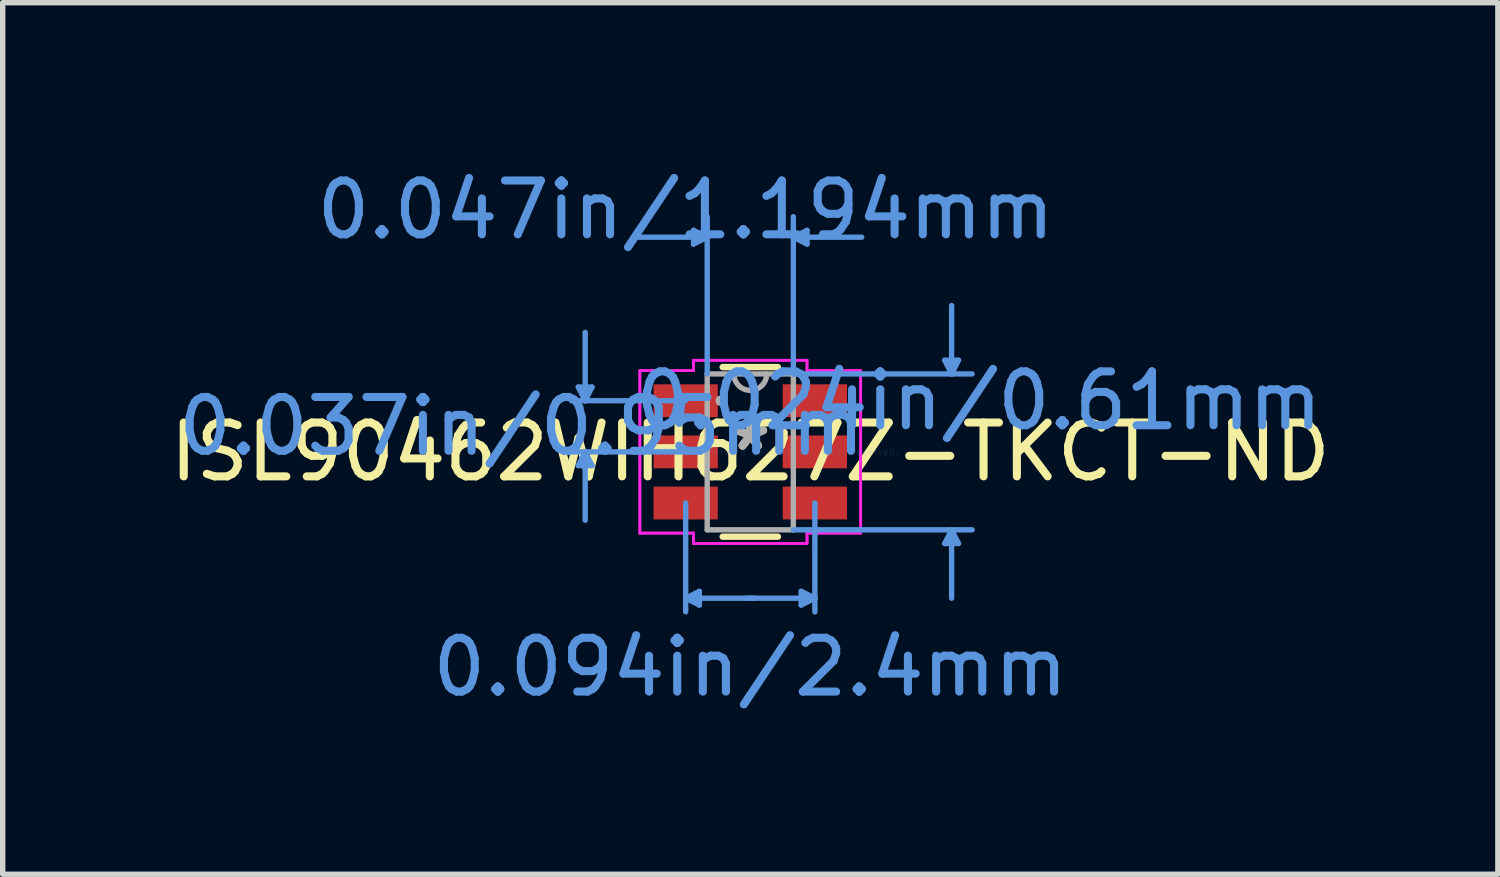
<source format=kicad_pcb>
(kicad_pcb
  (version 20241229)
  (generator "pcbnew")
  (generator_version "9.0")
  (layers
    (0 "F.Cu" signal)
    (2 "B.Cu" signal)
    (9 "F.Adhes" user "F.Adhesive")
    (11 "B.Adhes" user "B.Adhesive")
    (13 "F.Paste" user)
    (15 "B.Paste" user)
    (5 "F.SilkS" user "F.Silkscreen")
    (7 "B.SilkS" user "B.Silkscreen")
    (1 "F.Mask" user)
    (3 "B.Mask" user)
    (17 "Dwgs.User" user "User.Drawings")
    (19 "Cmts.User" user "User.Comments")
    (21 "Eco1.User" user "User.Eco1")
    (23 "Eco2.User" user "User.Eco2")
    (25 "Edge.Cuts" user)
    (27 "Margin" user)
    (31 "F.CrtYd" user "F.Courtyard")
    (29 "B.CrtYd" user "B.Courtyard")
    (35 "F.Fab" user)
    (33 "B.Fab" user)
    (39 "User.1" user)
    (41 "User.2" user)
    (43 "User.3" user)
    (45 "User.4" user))
  (footprint "ISL90462WIH627Z-TKCT-ND"
    (layer "F.Cu")
    (at 10.887 5.344)
    (property "Reference" "ISL90462WIH627Z-TKCT-ND" (at 0 0 0) (layer "F.SilkS") (effects (font (size 1 1) (thickness 0.15))))
    (attr through_hole)
    (fp_line (start -0.512 1.575) (end 0.512 1.575) (stroke (width 0.12) (type solid)) (layer "F.SilkS"))
    (fp_line (start 0.512 -1.575) (end -0.512 -1.575) (stroke (width 0.12) (type solid)) (layer "F.SilkS"))
    (fp_line (start -3.194 -1.204) (end -3.067 -0.95) (stroke (width 0.1) (type solid)) (layer "Cmts.User"))
    (fp_line (start -3.194 0.254) (end -3.067 0) (stroke (width 0.1) (type solid)) (layer "Cmts.User"))
    (fp_line (start -3.067 -0.95) (end -3.067 -2.22) (stroke (width 0.1) (type solid)) (layer "Cmts.User"))
    (fp_line (start -3.067 -0.95) (end -2.94 -1.204) (stroke (width 0.1) (type solid)) (layer "Cmts.User"))
    (fp_line (start -3.067 0) (end -3.067 1.27) (stroke (width 0.1) (type solid)) (layer "Cmts.User"))
    (fp_line (start -3.067 0) (end -2.94 0.254) (stroke (width 0.1) (type solid)) (layer "Cmts.User"))
    (fp_line (start -2.94 -1.204) (end -3.194 -1.204) (stroke (width 0.1) (type solid)) (layer "Cmts.User"))
    (fp_line (start -2.94 0.254) (end -3.194 0.254) (stroke (width 0.1) (type solid)) (layer "Cmts.User"))
    (fp_line (start -1.2 -0.95) (end -3.321 -0.95) (stroke (width 0.1) (type solid)) (layer "Cmts.User"))
    (fp_line (start -1.2 0) (end -3.321 0) (stroke (width 0.1) (type solid)) (layer "Cmts.User"))
    (fp_line (start -1.2 0.95) (end -1.2 2.972) (stroke (width 0.1) (type solid)) (layer "Cmts.User"))
    (fp_line (start -1.2 2.718) (end -0.946 2.845) (stroke (width 0.1) (type solid)) (layer "Cmts.User"))
    (fp_line (start -1.2 2.718) (end 0.07 2.718) (stroke (width 0.1) (type solid)) (layer "Cmts.User"))
    (fp_line (start -1.054 -4.115) (end -1.054 -3.861) (stroke (width 0.1) (type solid)) (layer "Cmts.User"))
    (fp_line (start -0.946 2.591) (end -1.2 2.718) (stroke (width 0.1) (type solid)) (layer "Cmts.User"))
    (fp_line (start -0.946 2.845) (end -0.946 2.591) (stroke (width 0.1) (type solid)) (layer "Cmts.User"))
    (fp_line (start -0.8 -3.988) (end -2.07 -3.988) (stroke (width 0.1) (type solid)) (layer "Cmts.User"))
    (fp_line (start -0.8 -3.988) (end -1.054 -4.115) (stroke (width 0.1) (type solid)) (layer "Cmts.User"))
    (fp_line (start -0.8 -3.988) (end -1.054 -3.861) (stroke (width 0.1) (type solid)) (layer "Cmts.User"))
    (fp_line (start -0.8 -1.448) (end -0.8 -4.369) (stroke (width 0.1) (type solid)) (layer "Cmts.User"))
    (fp_line (start 0.8 -3.988) (end 1.054 -4.115) (stroke (width 0.1) (type solid)) (layer "Cmts.User"))
    (fp_line (start 0.8 -3.988) (end 1.054 -3.861) (stroke (width 0.1) (type solid)) (layer "Cmts.User"))
    (fp_line (start 0.8 -3.988) (end 2.07 -3.988) (stroke (width 0.1) (type solid)) (layer "Cmts.User"))
    (fp_line (start 0.8 -1.448) (end 0.8 -4.369) (stroke (width 0.1) (type solid)) (layer "Cmts.User"))
    (fp_line (start 0.8 -1.448) (end 4.121 -1.448) (stroke (width 0.1) (type solid)) (layer "Cmts.User"))
    (fp_line (start 0.8 1.448) (end 4.121 1.448) (stroke (width 0.1) (type solid)) (layer "Cmts.User"))
    (fp_line (start 0.946 2.591) (end 1.2 2.718) (stroke (width 0.1) (type solid)) (layer "Cmts.User"))
    (fp_line (start 0.946 2.845) (end 0.946 2.591) (stroke (width 0.1) (type solid)) (layer "Cmts.User"))
    (fp_line (start 1.054 -4.115) (end 1.054 -3.861) (stroke (width 0.1) (type solid)) (layer "Cmts.User"))
    (fp_line (start 1.2 0.95) (end 1.2 2.972) (stroke (width 0.1) (type solid)) (layer "Cmts.User"))
    (fp_line (start 1.2 2.718) (end -0.07 2.718) (stroke (width 0.1) (type solid)) (layer "Cmts.User"))
    (fp_line (start 1.2 2.718) (end 0.946 2.845) (stroke (width 0.1) (type solid)) (layer "Cmts.User"))
    (fp_line (start 3.613 -1.702) (end 3.867 -1.702) (stroke (width 0.1) (type solid)) (layer "Cmts.User"))
    (fp_line (start 3.613 1.702) (end 3.867 1.702) (stroke (width 0.1) (type solid)) (layer "Cmts.User"))
    (fp_line (start 3.74 -1.448) (end 3.613 -1.702) (stroke (width 0.1) (type solid)) (layer "Cmts.User"))
    (fp_line (start 3.74 -1.448) (end 3.74 -2.718) (stroke (width 0.1) (type solid)) (layer "Cmts.User"))
    (fp_line (start 3.74 -1.448) (end 3.867 -1.702) (stroke (width 0.1) (type solid)) (layer "Cmts.User"))
    (fp_line (start 3.74 1.448) (end 3.613 1.702) (stroke (width 0.1) (type solid)) (layer "Cmts.User"))
    (fp_line (start 3.74 1.448) (end 3.74 2.718) (stroke (width 0.1) (type solid)) (layer "Cmts.User"))
    (fp_line (start 3.74 1.448) (end 3.867 1.702) (stroke (width 0.1) (type solid)) (layer "Cmts.User"))
    (fp_line (start -2.051 -1.509) (end -1.054 -1.509) (stroke (width 0.05) (type solid)) (layer "F.CrtYd"))
    (fp_line (start -2.051 -1.509) (end -1.054 -1.509) (stroke (width 0.05) (type solid)) (layer "F.CrtYd"))
    (fp_line (start -2.051 1.509) (end -2.051 -1.509) (stroke (width 0.05) (type solid)) (layer "F.CrtYd"))
    (fp_line (start -2.051 1.509) (end -2.051 -1.509) (stroke (width 0.05) (type solid)) (layer "F.CrtYd"))
    (fp_line (start -2.051 1.509) (end -1.054 1.509) (stroke (width 0.05) (type solid)) (layer "F.CrtYd"))
    (fp_line (start -1.054 -1.702) (end 1.054 -1.702) (stroke (width 0.05) (type solid)) (layer "F.CrtYd"))
    (fp_line (start -1.054 -1.702) (end 1.054 -1.702) (stroke (width 0.05) (type solid)) (layer "F.CrtYd"))
    (fp_line (start -1.054 -1.509) (end -1.054 -1.702) (stroke (width 0.05) (type solid)) (layer "F.CrtYd"))
    (fp_line (start -1.054 -1.509) (end -1.054 -1.702) (stroke (width 0.05) (type solid)) (layer "F.CrtYd"))
    (fp_line (start -1.054 1.509) (end -2.051 1.509) (stroke (width 0.05) (type solid)) (layer "F.CrtYd"))
    (fp_line (start -1.054 1.702) (end -1.054 1.509) (stroke (width 0.05) (type solid)) (layer "F.CrtYd"))
    (fp_line (start -1.054 1.702) (end -1.054 1.509) (stroke (width 0.05) (type solid)) (layer "F.CrtYd"))
    (fp_line (start 1.054 -1.702) (end 1.054 -1.509) (stroke (width 0.05) (type solid)) (layer "F.CrtYd"))
    (fp_line (start 1.054 -1.702) (end 1.054 -1.509) (stroke (width 0.05) (type solid)) (layer "F.CrtYd"))
    (fp_line (start 1.054 -1.509) (end 2.051 -1.509) (stroke (width 0.05) (type solid)) (layer "F.CrtYd"))
    (fp_line (start 1.054 1.509) (end 1.054 1.702) (stroke (width 0.05) (type solid)) (layer "F.CrtYd"))
    (fp_line (start 1.054 1.509) (end 1.054 1.702) (stroke (width 0.05) (type solid)) (layer "F.CrtYd"))
    (fp_line (start 1.054 1.702) (end -1.054 1.702) (stroke (width 0.05) (type solid)) (layer "F.CrtYd"))
    (fp_line (start 1.054 1.702) (end -1.054 1.702) (stroke (width 0.05) (type solid)) (layer "F.CrtYd"))
    (fp_line (start 2.051 -1.509) (end 1.054 -1.509) (stroke (width 0.05) (type solid)) (layer "F.CrtYd"))
    (fp_line (start 2.051 -1.509) (end 2.051 1.509) (stroke (width 0.05) (type solid)) (layer "F.CrtYd"))
    (fp_line (start 2.051 -1.509) (end 2.051 1.509) (stroke (width 0.05) (type solid)) (layer "F.CrtYd"))
    (fp_line (start 2.051 1.509) (end 1.054 1.509) (stroke (width 0.05) (type solid)) (layer "F.CrtYd"))
    (fp_line (start 2.051 1.509) (end 1.054 1.509) (stroke (width 0.05) (type solid)) (layer "F.CrtYd"))
    (fp_line (start -0.8 -1.448) (end -0.8 1.448) (stroke (width 0.1) (type solid)) (layer "F.Fab"))
    (fp_line (start -0.8 1.448) (end 0.8 1.448) (stroke (width 0.1) (type solid)) (layer "F.Fab"))
    (fp_line (start 0.8 -1.448) (end -0.8 -1.448) (stroke (width 0.1) (type solid)) (layer "F.Fab"))
    (fp_line (start 0.8 1.448) (end 0.8 -1.448) (stroke (width 0.1) (type solid)) (layer "F.Fab"))
    (fp_arc (start 0.3048 -1.4478) (mid 0 -1.143) (end -0.3048 -1.4478) (stroke (width 0.1) (type solid)) (layer "F.Fab"))
    (fp_circle (center -0.546 -0.95) (end -0.546 -0.95) (stroke (width 0.1) (type solid)) (fill no) (layer "F.Fab"))
    (fp_text user "*" (at 0 0 0) (layer "F.SilkS") (effects (font (size 1 1) (thickness 0.15))))
    (fp_text user "Copyright 2021 Accelerated Designs. All rights reserved." (at 0 0 0) (layer "Cmts.User") (effects (font (size 0.127 0.127) (thickness 0.002))))
    (fp_text user "0.094in/2.4mm" (at 0 3.998 0) (layer "Cmts.User") (effects (font (size 1 1) (thickness 0.15))))
    (fp_text user "0.037in/0.95mm" (at -4.248 -0.475 0) (layer "Cmts.User") (effects (font (size 1 1) (thickness 0.15))))
    (fp_text user "0.047in/1.194mm" (at -1.2 -4.496 0) (layer "Cmts.User") (effects (font (size 1 1) (thickness 0.15))))
    (fp_text user "0.024in/0.61mm" (at 4.248 -0.95 0) (layer "Cmts.User") (effects (font (size 1 1) (thickness 0.15))))
    (fp_text user "*" (at 0 0 0) (layer "F.Fab") (effects (font (size 1 1) (thickness 0.15))))
    (pad "1" smd rect (at -1.2 -0.95) (size 1.194 0.61) (layers "F.Cu" "F.Mask" "F.Paste"))
    (pad "2" smd rect (at -1.2 0) (size 1.194 0.61) (layers "F.Cu" "F.Mask" "F.Paste"))
    (pad "3" smd rect (at -1.2 0.95) (size 1.194 0.61) (layers "F.Cu" "F.Mask" "F.Paste"))
    (pad "4" smd rect (at 1.2 0.95) (size 1.194 0.61) (layers "F.Cu" "F.Mask" "F.Paste"))
    (pad "5" smd rect (at 1.2 0) (size 1.194 0.61) (layers "F.Cu" "F.Mask" "F.Paste"))
    (pad "6" smd rect (at 1.2 -0.95) (size 1.194 0.61) (layers "F.Cu" "F.Mask" "F.Paste")))
  (gr_rect
    (start -3 -3)
    (end 24.774 13.19)
    (stroke (width 0.1) (type default))
    (fill no)
    (layer "Edge.Cuts")))
</source>
